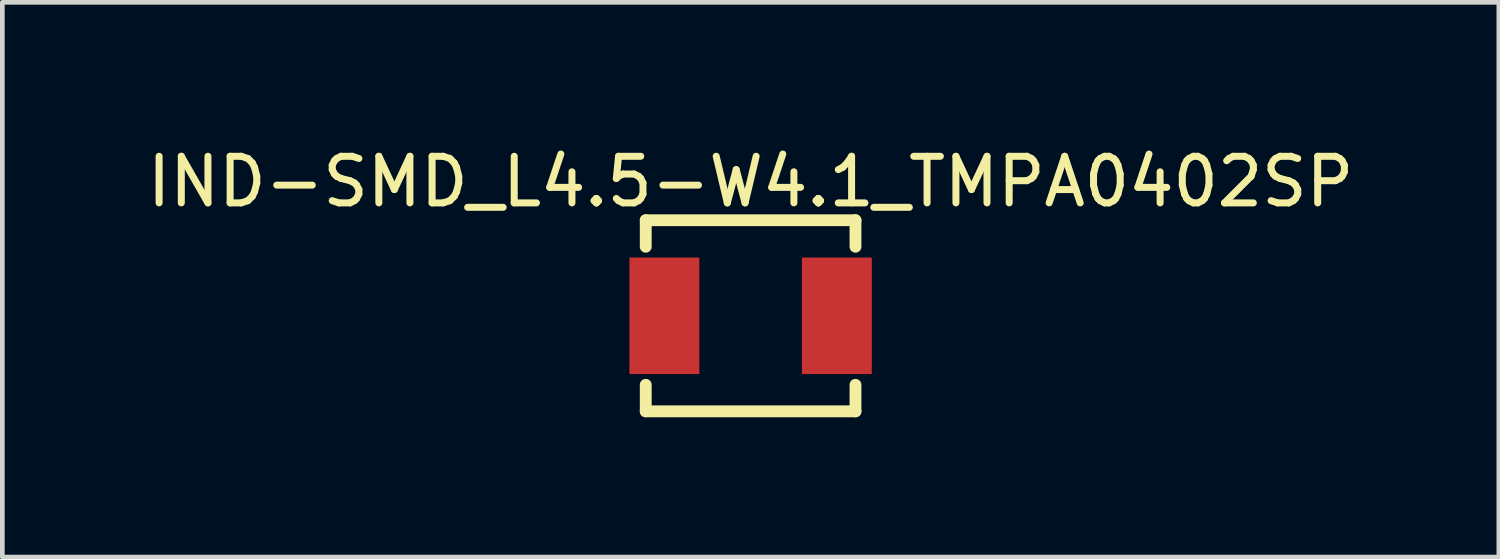
<source format=kicad_pcb>
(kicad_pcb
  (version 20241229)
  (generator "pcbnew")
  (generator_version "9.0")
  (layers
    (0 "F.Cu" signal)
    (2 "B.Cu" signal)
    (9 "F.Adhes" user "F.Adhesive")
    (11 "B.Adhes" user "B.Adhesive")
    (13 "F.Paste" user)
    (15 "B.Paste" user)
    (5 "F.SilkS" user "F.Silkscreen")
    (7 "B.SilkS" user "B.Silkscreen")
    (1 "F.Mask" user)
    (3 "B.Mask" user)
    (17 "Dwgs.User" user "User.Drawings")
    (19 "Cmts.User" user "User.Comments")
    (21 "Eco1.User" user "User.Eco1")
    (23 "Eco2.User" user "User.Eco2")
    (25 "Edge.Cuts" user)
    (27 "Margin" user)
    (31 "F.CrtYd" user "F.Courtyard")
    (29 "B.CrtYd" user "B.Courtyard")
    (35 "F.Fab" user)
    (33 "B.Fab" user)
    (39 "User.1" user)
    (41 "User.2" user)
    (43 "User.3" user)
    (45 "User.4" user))
  (footprint "IND-SMD_L4.5-W4.1_TMPA0402SP"
    (layer "F.Cu")
    (at 13.054 3.725)
    (property "Reference" "IND-SMD_L4.5-W4.1_TMPA0402SP" (at 0 -2.877 0) (layer "F.SilkS") (effects (font (size 1 1) (thickness 0.15))))
    (fp_line (start -2.25 -2.05) (end -2.25 -1.481) (stroke (width 0.254) (type default)) (layer "F.SilkS"))
    (fp_line (start -2.25 -2.05) (end 2.25 -2.05) (stroke (width 0.254) (type default)) (layer "F.SilkS"))
    (fp_line (start -2.25 1.481) (end -2.25 2.05) (stroke (width 0.254) (type default)) (layer "F.SilkS"))
    (fp_line (start -2.25 2.05) (end 2.25 2.05) (stroke (width 0.254) (type default)) (layer "F.SilkS"))
    (fp_line (start 2.25 -2.05) (end 2.25 -1.481) (stroke (width 0.254) (type default)) (layer "F.SilkS"))
    (fp_line (start 2.25 1.481) (end 2.25 2.05) (stroke (width 0.254) (type default)) (layer "F.SilkS"))
    (fp_poly (pts (xy -1.47 -1) (xy -1.47 1) (xy -2.23 1) (xy -2.23 -1)) (stroke (width 0.1) (type default)) (fill no) (layer "User.1"))
    (fp_poly (pts (xy 2.225 -1) (xy 2.225 1) (xy 1.465 1) (xy 1.465 -1)) (stroke (width 0.1) (type default)) (fill no) (layer "User.1"))
    (fp_line (start -2.225 -2.03) (end 2.225 -2.03) (stroke (width 0.051) (type default)) (layer "User.2"))
    (fp_line (start -2.225 2.03) (end -2.225 -2.03) (stroke (width 0.051) (type default)) (layer "User.2"))
    (fp_line (start 2.225 -2.03) (end 2.225 2.03) (stroke (width 0.051) (type default)) (layer "User.2"))
    (fp_line (start 2.225 2.03) (end -2.225 2.03) (stroke (width 0.051) (type default)) (layer "User.2"))
    (fp_poly (pts (xy -2.175 2.007) (xy -2.207 1.975) (xy -2.253 1.975) (xy -2.285 2.007) (xy -2.285 2.053) (xy -2.253 2.085) (xy -2.207 2.085) (xy -2.175 2.053)) (stroke (width 0.1) (type default)) (fill no) (layer "User.3"))
    (pad "1" smd rect (at -1.85 0 90) (size 2.5 1.5) (layers "F.Cu" "F.Mask" "F.Paste"))
    (pad "2" smd rect (at 1.85 0 90) (size 2.5 1.5) (layers "F.Cu" "F.Mask" "F.Paste")))
  (gr_rect
    (start -3 -3)
    (end 29.107 8.902)
    (stroke (width 0.1) (type default))
    (fill no)
    (layer "Edge.Cuts")))
</source>
